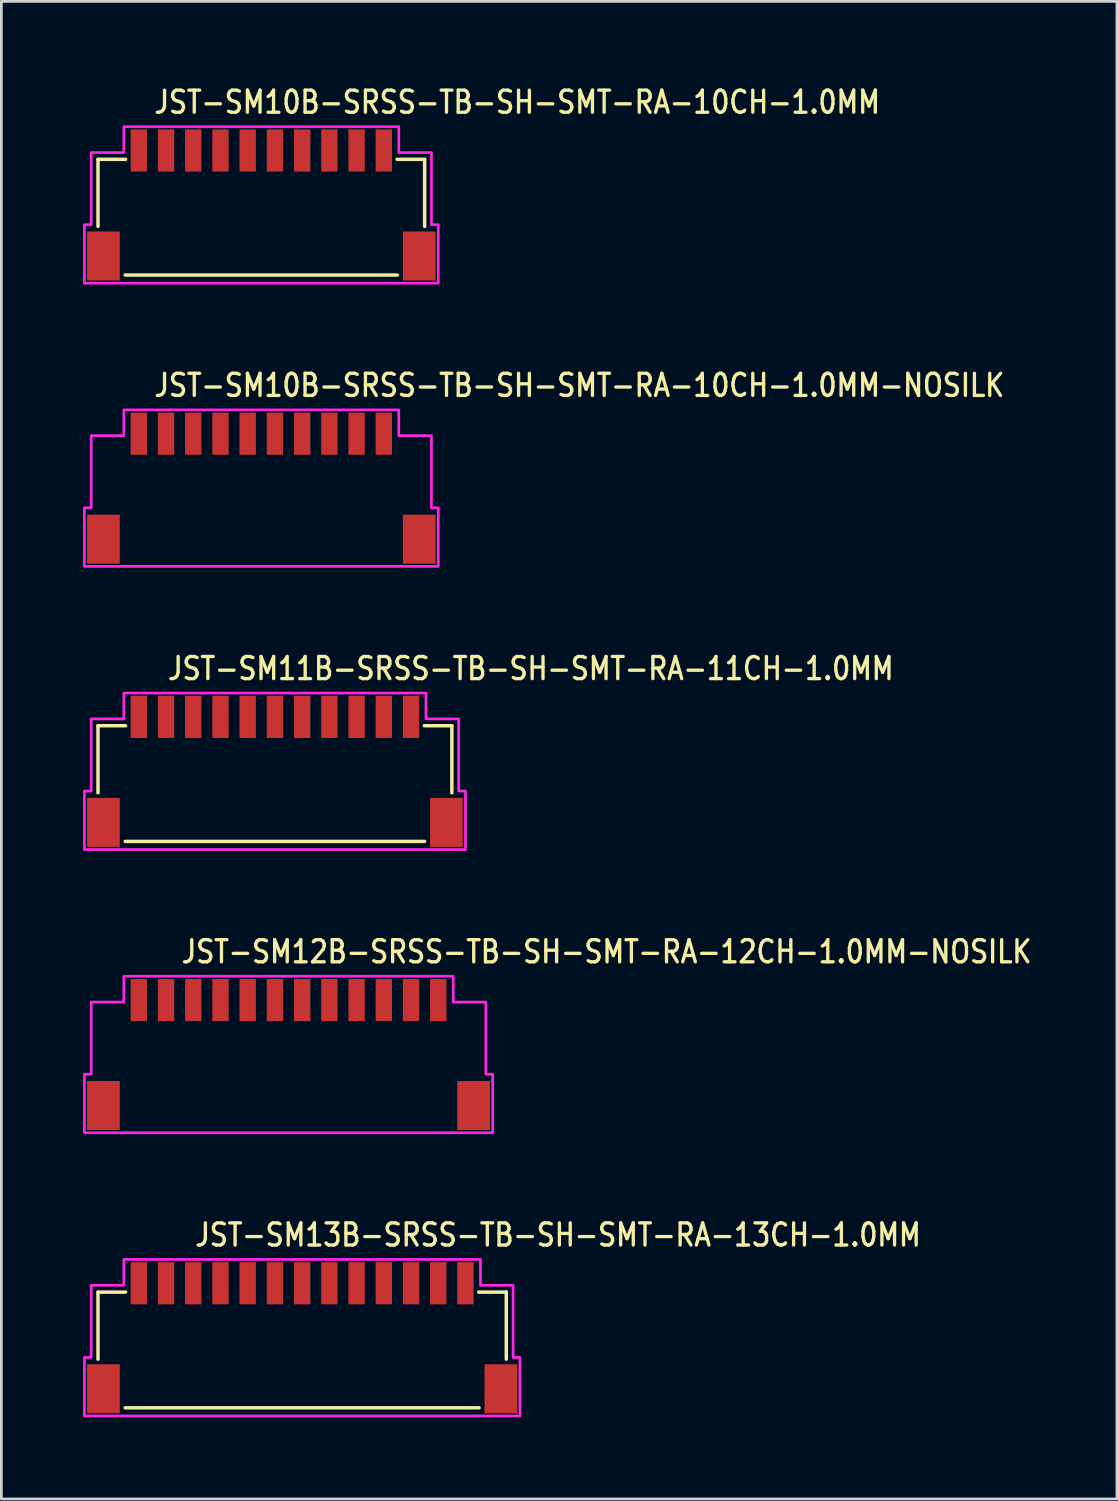
<source format=kicad_pcb>
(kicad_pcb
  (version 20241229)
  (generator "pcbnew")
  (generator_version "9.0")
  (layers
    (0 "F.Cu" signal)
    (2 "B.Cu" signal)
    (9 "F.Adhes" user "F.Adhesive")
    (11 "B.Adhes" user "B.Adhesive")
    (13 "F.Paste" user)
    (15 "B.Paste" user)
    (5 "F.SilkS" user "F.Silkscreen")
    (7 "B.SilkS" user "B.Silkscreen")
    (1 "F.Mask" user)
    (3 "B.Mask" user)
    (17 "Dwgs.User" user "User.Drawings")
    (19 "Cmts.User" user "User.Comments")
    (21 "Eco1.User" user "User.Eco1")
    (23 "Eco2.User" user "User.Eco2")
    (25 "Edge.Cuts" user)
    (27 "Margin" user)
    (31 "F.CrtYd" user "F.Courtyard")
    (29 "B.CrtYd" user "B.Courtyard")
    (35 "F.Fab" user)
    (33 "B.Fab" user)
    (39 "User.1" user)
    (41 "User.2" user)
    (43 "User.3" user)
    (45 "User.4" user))
  (footprint "JST-SM12B-SRSS-TB-SH-SMT-RA-12CH-1.0MM-NOSILK"
    (layer "F.Cu")
    (at 7.55 35.689)
    (property "Reference" "JST-SM12B-SRSS-TB-SH-SMT-RA-12CH-1.0MM-NOSILK" (at -4 -3.3 0) (unlocked yes) (layer "F.SilkS") (effects (font (size 0.813 0.695) (thickness 0.122)) (justify left bottom)))
    (fp_poly (pts (xy -7.5 2.875) (xy -7.5 0.725) (xy -7.25 0.725) (xy -7.25 -1.925) (xy -6.05 -1.925) (xy -6.05 -2.875) (xy 6.05 -2.875) (xy 6.05 -1.925) (xy 7.25 -1.925) (xy 7.25 0.725) (xy 7.5 0.725) (xy 7.5 2.875)) (stroke (width 0.1) (type solid)) (fill no) (layer "F.CrtYd"))
    (pad "1" smd rect (at -5.5 -2) (size 0.6 1.55) (layers "F.Cu" "F.Mask" "F.Paste"))
    (pad "2" smd rect (at -4.5 -2) (size 0.6 1.55) (layers "F.Cu" "F.Mask" "F.Paste"))
    (pad "3" smd rect (at -3.5 -2) (size 0.6 1.55) (layers "F.Cu" "F.Mask" "F.Paste"))
    (pad "4" smd rect (at -2.5 -2) (size 0.6 1.55) (layers "F.Cu" "F.Mask" "F.Paste"))
    (pad "5" smd rect (at -1.5 -2) (size 0.6 1.55) (layers "F.Cu" "F.Mask" "F.Paste"))
    (pad "6" smd rect (at -0.5 -2) (size 0.6 1.55) (layers "F.Cu" "F.Mask" "F.Paste"))
    (pad "7" smd rect (at 0.5 -2) (size 0.6 1.55) (layers "F.Cu" "F.Mask" "F.Paste"))
    (pad "8" smd rect (at 1.5 -2) (size 0.6 1.55) (layers "F.Cu" "F.Mask" "F.Paste"))
    (pad "9" smd rect (at 2.5 -2) (size 0.6 1.55) (layers "F.Cu" "F.Mask" "F.Paste"))
    (pad "10" smd rect (at 3.5 -2) (size 0.6 1.55) (layers "F.Cu" "F.Mask" "F.Paste"))
    (pad "11" smd rect (at 4.5 -2) (size 0.6 1.55) (layers "F.Cu" "F.Mask" "F.Paste"))
    (pad "12" smd rect (at 5.5 -2) (size 0.6 1.55) (layers "F.Cu" "F.Mask" "F.Paste"))
    (pad "S_12" smd rect (at -6.8 1.875) (size 1.2 1.8) (layers "F.Cu" "F.Mask" "F.Paste"))
    (pad "S_13" smd rect (at 6.8 1.875) (size 1.2 1.8) (layers "F.Cu" "F.Mask" "F.Paste")))
  (footprint "JST-SM13B-SRSS-TB-SH-SMT-RA-13CH-1.0MM"
    (layer "F.Cu")
    (at 8.05 46.093)
    (property "Reference" "JST-SM13B-SRSS-TB-SH-SMT-RA-13CH-1.0MM" (at -4 -3.3 0) (unlocked yes) (layer "F.SilkS") (effects (font (size 0.813 0.695) (thickness 0.122)) (justify left bottom)))
    (fp_line (start -7.5 -1.675) (end -6.487 -1.675) (stroke (width 0.127) (type solid)) (layer "F.SilkS"))
    (fp_line (start -7.5 0.788) (end -7.5 -1.675) (stroke (width 0.127) (type solid)) (layer "F.SilkS"))
    (fp_line (start -6.5 2.575) (end 6.5 2.575) (stroke (width 0.127) (type solid)) (layer "F.SilkS"))
    (fp_line (start 6.487 -1.675) (end 7.5 -1.675) (stroke (width 0.127) (type solid)) (layer "F.SilkS"))
    (fp_line (start 7.5 -1.675) (end 7.5 0.788) (stroke (width 0.127) (type solid)) (layer "F.SilkS"))
    (fp_poly (pts (xy -8 2.875) (xy -8 0.725) (xy -7.75 0.725) (xy -7.75 -1.925) (xy -6.55 -1.925) (xy -6.55 -2.875) (xy 6.55 -2.875) (xy 6.55 -1.925) (xy 7.75 -1.925) (xy 7.75 0.725) (xy 8 0.725) (xy 8 2.875)) (stroke (width 0.1) (type solid)) (fill no) (layer "F.CrtYd"))
    (pad "1" smd rect (at -6 -2) (size 0.6 1.55) (layers "F.Cu" "F.Mask" "F.Paste"))
    (pad "2" smd rect (at -5 -2) (size 0.6 1.55) (layers "F.Cu" "F.Mask" "F.Paste"))
    (pad "3" smd rect (at -4 -2) (size 0.6 1.55) (layers "F.Cu" "F.Mask" "F.Paste"))
    (pad "4" smd rect (at -3 -2) (size 0.6 1.55) (layers "F.Cu" "F.Mask" "F.Paste"))
    (pad "5" smd rect (at -2 -2) (size 0.6 1.55) (layers "F.Cu" "F.Mask" "F.Paste"))
    (pad "6" smd rect (at -1 -2) (size 0.6 1.55) (layers "F.Cu" "F.Mask" "F.Paste"))
    (pad "7" smd rect (at 0 -2) (size 0.6 1.55) (layers "F.Cu" "F.Mask" "F.Paste"))
    (pad "8" smd rect (at 1 -2) (size 0.6 1.55) (layers "F.Cu" "F.Mask" "F.Paste"))
    (pad "9" smd rect (at 2 -2) (size 0.6 1.55) (layers "F.Cu" "F.Mask" "F.Paste"))
    (pad "10" smd rect (at 3 -2) (size 0.6 1.55) (layers "F.Cu" "F.Mask" "F.Paste"))
    (pad "11" smd rect (at 4 -2) (size 0.6 1.55) (layers "F.Cu" "F.Mask" "F.Paste"))
    (pad "12" smd rect (at 5 -2) (size 0.6 1.55) (layers "F.Cu" "F.Mask" "F.Paste"))
    (pad "13" smd rect (at 6 -2) (size 0.6 1.55) (layers "F.Cu" "F.Mask" "F.Paste"))
    (pad "S_12" smd rect (at -7.3 1.875) (size 1.2 1.8) (layers "F.Cu" "F.Mask" "F.Paste"))
    (pad "S_13" smd rect (at 7.3 1.875) (size 1.2 1.8) (layers "F.Cu" "F.Mask" "F.Paste")))
  (footprint "JST-SM10B-SRSS-TB-SH-SMT-RA-10CH-1.0MM"
    (layer "F.Cu")
    (at 6.55 4.479)
    (property "Reference" "JST-SM10B-SRSS-TB-SH-SMT-RA-10CH-1.0MM" (at -4 -3.3 0) (unlocked yes) (layer "F.SilkS") (effects (font (size 0.813 0.695) (thickness 0.122)) (justify left bottom)))
    (fp_line (start -6 -1.675) (end -4.987 -1.675) (stroke (width 0.127) (type solid)) (layer "F.SilkS"))
    (fp_line (start -6 0.788) (end -6 -1.675) (stroke (width 0.127) (type solid)) (layer "F.SilkS"))
    (fp_line (start -5 2.575) (end 5 2.575) (stroke (width 0.127) (type solid)) (layer "F.SilkS"))
    (fp_line (start 4.987 -1.675) (end 6 -1.675) (stroke (width 0.127) (type solid)) (layer "F.SilkS"))
    (fp_line (start 6 -1.675) (end 6 0.788) (stroke (width 0.127) (type solid)) (layer "F.SilkS"))
    (fp_poly (pts (xy -6.5 2.875) (xy -6.5 0.725) (xy -6.25 0.725) (xy -6.25 -1.925) (xy -5.05 -1.925) (xy -5.05 -2.875) (xy 5.05 -2.875) (xy 5.05 -1.925) (xy 6.25 -1.925) (xy 6.25 0.725) (xy 6.5 0.725) (xy 6.5 2.875)) (stroke (width 0.1) (type solid)) (fill no) (layer "F.CrtYd"))
    (pad "1" smd rect (at -4.5 -2) (size 0.6 1.55) (layers "F.Cu" "F.Mask" "F.Paste"))
    (pad "2" smd rect (at -3.5 -2) (size 0.6 1.55) (layers "F.Cu" "F.Mask" "F.Paste"))
    (pad "3" smd rect (at -2.5 -2) (size 0.6 1.55) (layers "F.Cu" "F.Mask" "F.Paste"))
    (pad "4" smd rect (at -1.5 -2) (size 0.6 1.55) (layers "F.Cu" "F.Mask" "F.Paste"))
    (pad "5" smd rect (at -0.5 -2) (size 0.6 1.55) (layers "F.Cu" "F.Mask" "F.Paste"))
    (pad "6" smd rect (at 0.5 -2) (size 0.6 1.55) (layers "F.Cu" "F.Mask" "F.Paste"))
    (pad "7" smd rect (at 1.5 -2) (size 0.6 1.55) (layers "F.Cu" "F.Mask" "F.Paste"))
    (pad "8" smd rect (at 2.5 -2) (size 0.6 1.55) (layers "F.Cu" "F.Mask" "F.Paste"))
    (pad "9" smd rect (at 3.5 -2) (size 0.6 1.55) (layers "F.Cu" "F.Mask" "F.Paste"))
    (pad "10" smd rect (at 4.5 -2) (size 0.6 1.55) (layers "F.Cu" "F.Mask" "F.Paste"))
    (pad "S_9" smd rect (at -5.8 1.875) (size 1.2 1.8) (layers "F.Cu" "F.Mask" "F.Paste"))
    (pad "S_10" smd rect (at 5.8 1.875) (size 1.2 1.8) (layers "F.Cu" "F.Mask" "F.Paste")))
  (footprint "JST-SM11B-SRSS-TB-SH-SMT-RA-11CH-1.0MM"
    (layer "F.Cu")
    (at 7.05 25.286)
    (property "Reference" "JST-SM11B-SRSS-TB-SH-SMT-RA-11CH-1.0MM" (at -4 -3.3 0) (unlocked yes) (layer "F.SilkS") (effects (font (size 0.813 0.695) (thickness 0.122)) (justify left bottom)))
    (fp_line (start -6.5 -1.675) (end -5.487 -1.675) (stroke (width 0.127) (type solid)) (layer "F.SilkS"))
    (fp_line (start -6.5 0.788) (end -6.5 -1.675) (stroke (width 0.127) (type solid)) (layer "F.SilkS"))
    (fp_line (start -5.5 2.575) (end 5.5 2.575) (stroke (width 0.127) (type solid)) (layer "F.SilkS"))
    (fp_line (start 5.487 -1.675) (end 6.5 -1.675) (stroke (width 0.127) (type solid)) (layer "F.SilkS"))
    (fp_line (start 6.5 -1.675) (end 6.5 0.788) (stroke (width 0.127) (type solid)) (layer "F.SilkS"))
    (fp_poly (pts (xy -7 2.875) (xy -7 0.725) (xy -6.75 0.725) (xy -6.75 -1.925) (xy -5.55 -1.925) (xy -5.55 -2.875) (xy 5.55 -2.875) (xy 5.55 -1.925) (xy 6.75 -1.925) (xy 6.75 0.725) (xy 7 0.725) (xy 7 2.875)) (stroke (width 0.1) (type solid)) (fill no) (layer "F.CrtYd"))
    (pad "1" smd rect (at -5 -2) (size 0.6 1.55) (layers "F.Cu" "F.Mask" "F.Paste"))
    (pad "2" smd rect (at -4 -2) (size 0.6 1.55) (layers "F.Cu" "F.Mask" "F.Paste"))
    (pad "3" smd rect (at -3 -2) (size 0.6 1.55) (layers "F.Cu" "F.Mask" "F.Paste"))
    (pad "4" smd rect (at -2 -2) (size 0.6 1.55) (layers "F.Cu" "F.Mask" "F.Paste"))
    (pad "5" smd rect (at -1 -2) (size 0.6 1.55) (layers "F.Cu" "F.Mask" "F.Paste"))
    (pad "6" smd rect (at 0 -2) (size 0.6 1.55) (layers "F.Cu" "F.Mask" "F.Paste"))
    (pad "7" smd rect (at 1 -2) (size 0.6 1.55) (layers "F.Cu" "F.Mask" "F.Paste"))
    (pad "8" smd rect (at 2 -2) (size 0.6 1.55) (layers "F.Cu" "F.Mask" "F.Paste"))
    (pad "9" smd rect (at 3 -2) (size 0.6 1.55) (layers "F.Cu" "F.Mask" "F.Paste"))
    (pad "10" smd rect (at 4 -2) (size 0.6 1.55) (layers "F.Cu" "F.Mask" "F.Paste"))
    (pad "11" smd rect (at 5 -2) (size 0.6 1.55) (layers "F.Cu" "F.Mask" "F.Paste"))
    (pad "S_10" smd rect (at -6.3 1.875) (size 1.2 1.8) (layers "F.Cu" "F.Mask" "F.Paste"))
    (pad "S_11" smd rect (at 6.3 1.875) (size 1.2 1.8) (layers "F.Cu" "F.Mask" "F.Paste")))
  (footprint "JST-SM10B-SRSS-TB-SH-SMT-RA-10CH-1.0MM-NOSILK"
    (layer "F.Cu")
    (at 6.55 14.882)
    (property "Reference" "JST-SM10B-SRSS-TB-SH-SMT-RA-10CH-1.0MM-NOSILK" (at -4 -3.3 0) (unlocked yes) (layer "F.SilkS") (effects (font (size 0.813 0.695) (thickness 0.122)) (justify left bottom)))
    (fp_poly (pts (xy -6.5 2.875) (xy -6.5 0.725) (xy -6.25 0.725) (xy -6.25 -1.925) (xy -5.05 -1.925) (xy -5.05 -2.875) (xy 5.05 -2.875) (xy 5.05 -1.925) (xy 6.25 -1.925) (xy 6.25 0.725) (xy 6.5 0.725) (xy 6.5 2.875)) (stroke (width 0.1) (type solid)) (fill no) (layer "F.CrtYd"))
    (pad "1" smd rect (at -4.5 -2) (size 0.6 1.55) (layers "F.Cu" "F.Mask" "F.Paste"))
    (pad "2" smd rect (at -3.5 -2) (size 0.6 1.55) (layers "F.Cu" "F.Mask" "F.Paste"))
    (pad "3" smd rect (at -2.5 -2) (size 0.6 1.55) (layers "F.Cu" "F.Mask" "F.Paste"))
    (pad "4" smd rect (at -1.5 -2) (size 0.6 1.55) (layers "F.Cu" "F.Mask" "F.Paste"))
    (pad "5" smd rect (at -0.5 -2) (size 0.6 1.55) (layers "F.Cu" "F.Mask" "F.Paste"))
    (pad "6" smd rect (at 0.5 -2) (size 0.6 1.55) (layers "F.Cu" "F.Mask" "F.Paste"))
    (pad "7" smd rect (at 1.5 -2) (size 0.6 1.55) (layers "F.Cu" "F.Mask" "F.Paste"))
    (pad "8" smd rect (at 2.5 -2) (size 0.6 1.55) (layers "F.Cu" "F.Mask" "F.Paste"))
    (pad "9" smd rect (at 3.5 -2) (size 0.6 1.55) (layers "F.Cu" "F.Mask" "F.Paste"))
    (pad "10" smd rect (at 4.5 -2) (size 0.6 1.55) (layers "F.Cu" "F.Mask" "F.Paste"))
    (pad "S_10" smd rect (at -5.8 1.875) (size 1.2 1.8) (layers "F.Cu" "F.Mask" "F.Paste"))
    (pad "S_11" smd rect (at 5.8 1.875) (size 1.2 1.8) (layers "F.Cu" "F.Mask" "F.Paste")))
  (gr_rect
    (start -3 -3)
    (end 37.983 52.018)
    (stroke (width 0.1) (type default))
    (fill no)
    (layer "Edge.Cuts")))
</source>
